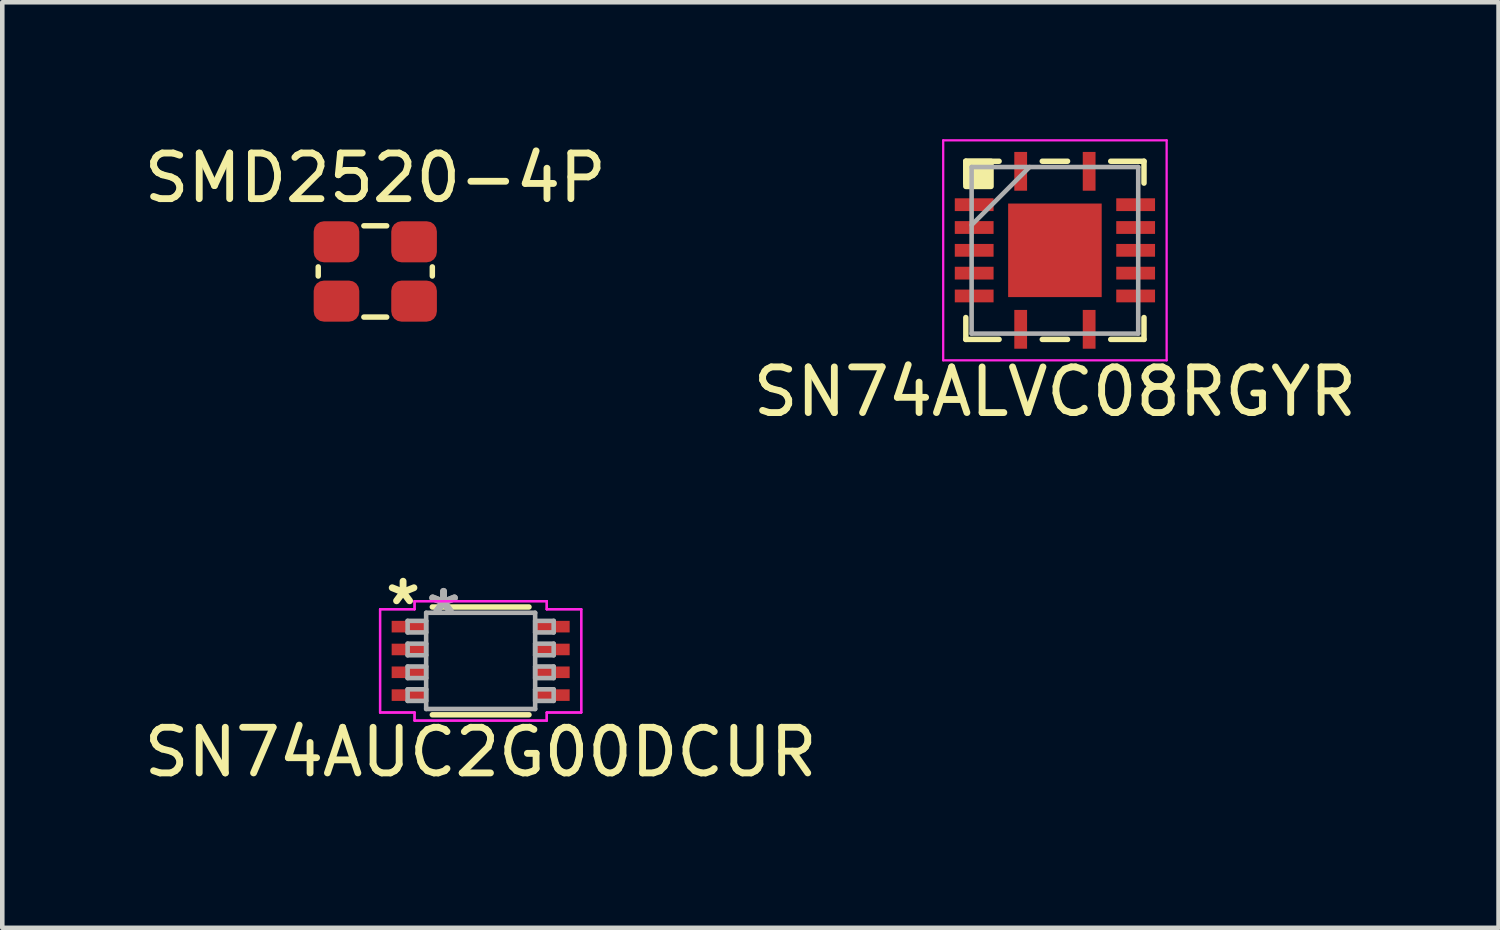
<source format=kicad_pcb>
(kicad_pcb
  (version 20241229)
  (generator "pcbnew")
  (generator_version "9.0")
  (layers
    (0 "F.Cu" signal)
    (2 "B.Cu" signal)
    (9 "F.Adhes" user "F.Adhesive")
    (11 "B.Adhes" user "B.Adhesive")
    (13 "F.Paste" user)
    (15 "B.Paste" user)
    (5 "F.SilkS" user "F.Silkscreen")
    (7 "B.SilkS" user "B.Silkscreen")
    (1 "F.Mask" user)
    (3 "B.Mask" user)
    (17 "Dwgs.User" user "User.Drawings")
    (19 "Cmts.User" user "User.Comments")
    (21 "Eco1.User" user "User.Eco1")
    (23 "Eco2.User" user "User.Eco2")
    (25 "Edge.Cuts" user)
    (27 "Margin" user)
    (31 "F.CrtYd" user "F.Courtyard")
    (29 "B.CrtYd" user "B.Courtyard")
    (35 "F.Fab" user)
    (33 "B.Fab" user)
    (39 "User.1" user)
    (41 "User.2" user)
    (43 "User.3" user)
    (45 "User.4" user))
  (footprint "SMD2520-4P"
    (layer "F.Cu")
    (at 5.173 2.898)
    (property "Reference" "SMD2520-4P" (at 0 -2.05 0) (unlocked yes) (layer "F.SilkS") (effects (font (size 1 1) (thickness 0.15))))
    (attr smd)
    (fp_line (start -1.25 -0.1) (end -1.25 0.1) (stroke (width 0.12) (type solid)) (layer "F.SilkS"))
    (fp_line (start -0.25 -1) (end 0.25 -1) (stroke (width 0.12) (type solid)) (layer "F.SilkS"))
    (fp_line (start -0.25 1) (end 0.25 1) (stroke (width 0.12) (type solid)) (layer "F.SilkS"))
    (fp_line (start 1.25 -0.1) (end 1.25 0.1) (stroke (width 0.12) (type solid)) (layer "F.SilkS"))
    (pad "1" smd roundrect (at -0.85 0.65 90) (size 0.9 1) (layers "F.Cu" "F.Mask" "F.Paste") (roundrect_rratio 0.25))
    (pad "2" smd roundrect (at 0.85 0.65 90) (size 0.9 1) (layers "F.Cu" "F.Mask" "F.Paste") (roundrect_rratio 0.25))
    (pad "3" smd roundrect (at 0.85 -0.65 90) (size 0.9 1) (layers "F.Cu" "F.Mask" "F.Paste") (roundrect_rratio 0.25))
    (pad "4" smd roundrect (at -0.85 -0.65 90) (size 0.9 1) (layers "F.Cu" "F.Mask" "F.Paste") (roundrect_rratio 0.25)))
  (footprint "SN74AUC2G00DCUR"
    (layer "F.Cu")
    (at 7.482 11.431)
    (property "Reference" "SN74AUC2G00DCUR" (at 0 2 0) (layer "F.SilkS") (effects (font (size 1 1) (thickness 0.15))))
    (attr through_hole)
    (fp_line (start -1.059 1.181) (end 1.059 1.181) (stroke (width 0.12) (type solid)) (layer "F.SilkS"))
    (fp_line (start 1.059 -1.181) (end -1.059 -1.181) (stroke (width 0.12) (type solid)) (layer "F.SilkS"))
    (fp_line (start -2.204 -1.131) (end -1.448 -1.131) (stroke (width 0.05) (type solid)) (layer "F.CrtYd"))
    (fp_line (start -2.204 -1.131) (end -1.448 -1.131) (stroke (width 0.05) (type solid)) (layer "F.CrtYd"))
    (fp_line (start -2.204 1.131) (end -2.204 -1.131) (stroke (width 0.05) (type solid)) (layer "F.CrtYd"))
    (fp_line (start -2.204 1.131) (end -2.204 -1.131) (stroke (width 0.05) (type solid)) (layer "F.CrtYd"))
    (fp_line (start -2.204 1.131) (end -1.448 1.131) (stroke (width 0.05) (type solid)) (layer "F.CrtYd"))
    (fp_line (start -1.448 -1.308) (end 1.448 -1.308) (stroke (width 0.05) (type solid)) (layer "F.CrtYd"))
    (fp_line (start -1.448 -1.308) (end 1.448 -1.308) (stroke (width 0.05) (type solid)) (layer "F.CrtYd"))
    (fp_line (start -1.448 -1.131) (end -1.448 -1.308) (stroke (width 0.05) (type solid)) (layer "F.CrtYd"))
    (fp_line (start -1.448 -1.131) (end -1.448 -1.308) (stroke (width 0.05) (type solid)) (layer "F.CrtYd"))
    (fp_line (start -1.448 1.131) (end -2.204 1.131) (stroke (width 0.05) (type solid)) (layer "F.CrtYd"))
    (fp_line (start -1.448 1.308) (end -1.448 1.131) (stroke (width 0.05) (type solid)) (layer "F.CrtYd"))
    (fp_line (start -1.448 1.308) (end -1.448 1.131) (stroke (width 0.05) (type solid)) (layer "F.CrtYd"))
    (fp_line (start 1.448 -1.308) (end 1.448 -1.131) (stroke (width 0.05) (type solid)) (layer "F.CrtYd"))
    (fp_line (start 1.448 -1.308) (end 1.448 -1.131) (stroke (width 0.05) (type solid)) (layer "F.CrtYd"))
    (fp_line (start 1.448 -1.131) (end 2.204 -1.131) (stroke (width 0.05) (type solid)) (layer "F.CrtYd"))
    (fp_line (start 1.448 1.131) (end 1.448 1.308) (stroke (width 0.05) (type solid)) (layer "F.CrtYd"))
    (fp_line (start 1.448 1.131) (end 1.448 1.308) (stroke (width 0.05) (type solid)) (layer "F.CrtYd"))
    (fp_line (start 1.448 1.308) (end -1.448 1.308) (stroke (width 0.05) (type solid)) (layer "F.CrtYd"))
    (fp_line (start 1.448 1.308) (end -1.448 1.308) (stroke (width 0.05) (type solid)) (layer "F.CrtYd"))
    (fp_line (start 2.204 -1.131) (end 1.448 -1.131) (stroke (width 0.05) (type solid)) (layer "F.CrtYd"))
    (fp_line (start 2.204 -1.131) (end 2.204 1.131) (stroke (width 0.05) (type solid)) (layer "F.CrtYd"))
    (fp_line (start 2.204 -1.131) (end 2.204 1.131) (stroke (width 0.05) (type solid)) (layer "F.CrtYd"))
    (fp_line (start 2.204 1.131) (end 1.448 1.131) (stroke (width 0.05) (type solid)) (layer "F.CrtYd"))
    (fp_line (start 2.204 1.131) (end 1.448 1.131) (stroke (width 0.05) (type solid)) (layer "F.CrtYd"))
    (fp_line (start -1.6 -0.877) (end -1.6 -0.623) (stroke (width 0.1) (type solid)) (layer "F.Fab"))
    (fp_line (start -1.6 -0.623) (end -1.194 -0.623) (stroke (width 0.1) (type solid)) (layer "F.Fab"))
    (fp_line (start -1.6 -0.377) (end -1.6 -0.123) (stroke (width 0.1) (type solid)) (layer "F.Fab"))
    (fp_line (start -1.6 -0.123) (end -1.194 -0.123) (stroke (width 0.1) (type solid)) (layer "F.Fab"))
    (fp_line (start -1.6 0.123) (end -1.6 0.377) (stroke (width 0.1) (type solid)) (layer "F.Fab"))
    (fp_line (start -1.6 0.377) (end -1.194 0.377) (stroke (width 0.1) (type solid)) (layer "F.Fab"))
    (fp_line (start -1.6 0.623) (end -1.6 0.877) (stroke (width 0.1) (type solid)) (layer "F.Fab"))
    (fp_line (start -1.6 0.877) (end -1.194 0.877) (stroke (width 0.1) (type solid)) (layer "F.Fab"))
    (fp_line (start -1.194 -1.054) (end -1.194 1.054) (stroke (width 0.1) (type solid)) (layer "F.Fab"))
    (fp_line (start -1.194 -0.877) (end -1.6 -0.877) (stroke (width 0.1) (type solid)) (layer "F.Fab"))
    (fp_line (start -1.194 -0.623) (end -1.194 -0.877) (stroke (width 0.1) (type solid)) (layer "F.Fab"))
    (fp_line (start -1.194 -0.377) (end -1.6 -0.377) (stroke (width 0.1) (type solid)) (layer "F.Fab"))
    (fp_line (start -1.194 -0.123) (end -1.194 -0.377) (stroke (width 0.1) (type solid)) (layer "F.Fab"))
    (fp_line (start -1.194 0.123) (end -1.6 0.123) (stroke (width 0.1) (type solid)) (layer "F.Fab"))
    (fp_line (start -1.194 0.377) (end -1.194 0.123) (stroke (width 0.1) (type solid)) (layer "F.Fab"))
    (fp_line (start -1.194 0.623) (end -1.6 0.623) (stroke (width 0.1) (type solid)) (layer "F.Fab"))
    (fp_line (start -1.194 0.877) (end -1.194 0.623) (stroke (width 0.1) (type solid)) (layer "F.Fab"))
    (fp_line (start -1.194 1.054) (end 1.194 1.054) (stroke (width 0.1) (type solid)) (layer "F.Fab"))
    (fp_line (start 1.194 -1.054) (end -1.194 -1.054) (stroke (width 0.1) (type solid)) (layer "F.Fab"))
    (fp_line (start 1.194 -0.877) (end 1.194 -0.623) (stroke (width 0.1) (type solid)) (layer "F.Fab"))
    (fp_line (start 1.194 -0.623) (end 1.6 -0.623) (stroke (width 0.1) (type solid)) (layer "F.Fab"))
    (fp_line (start 1.194 -0.377) (end 1.194 -0.123) (stroke (width 0.1) (type solid)) (layer "F.Fab"))
    (fp_line (start 1.194 -0.123) (end 1.6 -0.123) (stroke (width 0.1) (type solid)) (layer "F.Fab"))
    (fp_line (start 1.194 0.123) (end 1.194 0.377) (stroke (width 0.1) (type solid)) (layer "F.Fab"))
    (fp_line (start 1.194 0.377) (end 1.6 0.377) (stroke (width 0.1) (type solid)) (layer "F.Fab"))
    (fp_line (start 1.194 0.623) (end 1.194 0.877) (stroke (width 0.1) (type solid)) (layer "F.Fab"))
    (fp_line (start 1.194 0.877) (end 1.6 0.877) (stroke (width 0.1) (type solid)) (layer "F.Fab"))
    (fp_line (start 1.194 1.054) (end 1.194 -1.054) (stroke (width 0.1) (type solid)) (layer "F.Fab"))
    (fp_line (start 1.6 -0.877) (end 1.194 -0.877) (stroke (width 0.1) (type solid)) (layer "F.Fab"))
    (fp_line (start 1.6 -0.623) (end 1.6 -0.877) (stroke (width 0.1) (type solid)) (layer "F.Fab"))
    (fp_line (start 1.6 -0.377) (end 1.194 -0.377) (stroke (width 0.1) (type solid)) (layer "F.Fab"))
    (fp_line (start 1.6 -0.123) (end 1.6 -0.377) (stroke (width 0.1) (type solid)) (layer "F.Fab"))
    (fp_line (start 1.6 0.123) (end 1.194 0.123) (stroke (width 0.1) (type solid)) (layer "F.Fab"))
    (fp_line (start 1.6 0.377) (end 1.6 0.123) (stroke (width 0.1) (type solid)) (layer "F.Fab"))
    (fp_line (start 1.6 0.623) (end 1.194 0.623) (stroke (width 0.1) (type solid)) (layer "F.Fab"))
    (fp_line (start 1.6 0.877) (end 1.6 0.623) (stroke (width 0.1) (type solid)) (layer "F.Fab"))
    (fp_text user "*" (at -1.7 -1.2 0) (layer "F.SilkS") (effects (font (size 1 1) (thickness 0.15))))
    (fp_text user "*" (at -0.813 -0.978 0) (layer "F.Fab") (effects (font (size 1 1) (thickness 0.15))))
    (fp_text user "*" (at -0.813 -0.978 0) (layer "F.Fab") (effects (font (size 1 1) (thickness 0.15))))
    (pad "1" smd rect (at -1.572 -0.75) (size 0.756 0.254) (layers "F.Cu" "F.Mask" "F.Paste"))
    (pad "2" smd rect (at -1.572 -0.25) (size 0.756 0.254) (layers "F.Cu" "F.Mask" "F.Paste"))
    (pad "3" smd rect (at -1.572 0.25) (size 0.756 0.254) (layers "F.Cu" "F.Mask" "F.Paste"))
    (pad "4" smd rect (at -1.572 0.75) (size 0.756 0.254) (layers "F.Cu" "F.Mask" "F.Paste"))
    (pad "5" smd rect (at 1.572 0.75) (size 0.756 0.254) (layers "F.Cu" "F.Mask" "F.Paste"))
    (pad "6" smd rect (at 1.572 0.25) (size 0.756 0.254) (layers "F.Cu" "F.Mask" "F.Paste"))
    (pad "7" smd rect (at 1.572 -0.25) (size 0.756 0.254) (layers "F.Cu" "F.Mask" "F.Paste"))
    (pad "8" smd rect (at 1.572 -0.75) (size 0.756 0.254) (layers "F.Cu" "F.Mask" "F.Paste")))
  (footprint "SN74ALVC08RGYR"
    (layer "F.Cu")
    (at 20.065 2.435)
    (property "Reference" "SN74ALVC08RGYR" (at 0 3.1 0) (layer "F.SilkS") (effects (font (size 1 1) (thickness 0.15))))
    (attr through_hole)
    (fp_poly (pts (xy -2.194 -1.14) (xy -2.194 -0.86) (xy -1.344 -0.86) (xy -1.344 -1.14)) (stroke (width 0) (type solid)) (fill yes) (layer "F.Mask"))
    (fp_poly (pts (xy -2.194 -0.64) (xy -2.194 -0.36) (xy -1.344 -0.36) (xy -1.344 -0.64)) (stroke (width 0) (type solid)) (fill yes) (layer "F.Mask"))
    (fp_poly (pts (xy -2.194 -0.14) (xy -2.194 0.14) (xy -1.344 0.14) (xy -1.344 -0.14)) (stroke (width 0) (type solid)) (fill yes) (layer "F.Mask"))
    (fp_poly (pts (xy -2.194 0.36) (xy -2.194 0.64) (xy -1.344 0.64) (xy -1.344 0.36)) (stroke (width 0) (type solid)) (fill yes) (layer "F.Mask"))
    (fp_poly (pts (xy -2.194 0.86) (xy -2.194 1.14) (xy -1.344 1.14) (xy -1.344 0.86)) (stroke (width 0) (type solid)) (fill yes) (layer "F.Mask"))
    (fp_poly (pts (xy -1.026 -1.03) (xy 1.03 -1.03) (xy 1.028 1.028) (xy -1.026 1.028)) (stroke (width 0) (type solid)) (fill yes) (layer "F.Mask"))
    (fp_poly (pts (xy -0.89 2.156) (xy -0.61 2.156) (xy -0.61 1.306) (xy -0.89 1.306)) (stroke (width 0) (type solid)) (fill yes) (layer "F.Mask"))
    (fp_poly (pts (xy -0.61 -2.156) (xy -0.89 -2.156) (xy -0.89 -1.306) (xy -0.61 -1.306)) (stroke (width 0) (type solid)) (fill yes) (layer "F.Mask"))
    (fp_poly (pts (xy 0.61 2.156) (xy 0.89 2.156) (xy 0.89 1.306) (xy 0.61 1.306)) (stroke (width 0) (type solid)) (fill yes) (layer "F.Mask"))
    (fp_poly (pts (xy 0.89 -2.156) (xy 0.61 -2.156) (xy 0.61 -1.306) (xy 0.89 -1.306)) (stroke (width 0) (type solid)) (fill yes) (layer "F.Mask"))
    (fp_poly (pts (xy 1.344 -1.14) (xy 1.344 -0.86) (xy 2.194 -0.86) (xy 2.194 -1.14)) (stroke (width 0) (type solid)) (fill yes) (layer "F.Mask"))
    (fp_poly (pts (xy 1.344 -0.64) (xy 1.344 -0.36) (xy 2.194 -0.36) (xy 2.194 -0.64)) (stroke (width 0) (type solid)) (fill yes) (layer "F.Mask"))
    (fp_poly (pts (xy 1.344 -0.14) (xy 1.344 0.14) (xy 2.194 0.14) (xy 2.194 -0.14)) (stroke (width 0) (type solid)) (fill yes) (layer "F.Mask"))
    (fp_poly (pts (xy 1.344 0.36) (xy 1.344 0.64) (xy 2.194 0.64) (xy 2.194 0.36)) (stroke (width 0) (type solid)) (fill yes) (layer "F.Mask"))
    (fp_poly (pts (xy 1.344 0.86) (xy 1.344 1.14) (xy 2.194 1.14) (xy 2.194 0.86)) (stroke (width 0) (type solid)) (fill yes) (layer "F.Mask"))
    (fp_line (start -1.952 -1.952) (end -1.952 -1.473) (stroke (width 0.12) (type solid)) (layer "F.SilkS"))
    (fp_line (start -1.952 1.473) (end -1.952 1.952) (stroke (width 0.12) (type solid)) (layer "F.SilkS"))
    (fp_line (start -1.952 1.952) (end -1.223 1.952) (stroke (width 0.12) (type solid)) (layer "F.SilkS"))
    (fp_line (start -1.223 -1.952) (end -1.952 -1.952) (stroke (width 0.12) (type solid)) (layer "F.SilkS"))
    (fp_line (start -0.277 1.952) (end 0.277 1.952) (stroke (width 0.12) (type solid)) (layer "F.SilkS"))
    (fp_line (start 0.277 -1.952) (end -0.277 -1.952) (stroke (width 0.12) (type solid)) (layer "F.SilkS"))
    (fp_line (start 1.223 1.952) (end 1.952 1.952) (stroke (width 0.12) (type solid)) (layer "F.SilkS"))
    (fp_line (start 1.952 -1.952) (end 1.223 -1.952) (stroke (width 0.12) (type solid)) (layer "F.SilkS"))
    (fp_line (start 1.952 -1.473) (end 1.952 -1.952) (stroke (width 0.12) (type solid)) (layer "F.SilkS"))
    (fp_line (start 1.952 1.952) (end 1.952 1.473) (stroke (width 0.12) (type solid)) (layer "F.SilkS"))
    (fp_rect (start -1.952 -1.952) (end -1.4 -1.4) (stroke (width 0.12) (type solid)) (fill yes) (layer "F.SilkS"))
    (fp_poly (pts (xy -2.143 -1.089) (xy -2.143 -0.911) (xy -1.395 -0.911) (xy -1.395 -1.089)) (stroke (width 0.1) (type solid)) (fill yes) (layer "F.Paste"))
    (fp_poly (pts (xy -2.143 -0.589) (xy -2.143 -0.411) (xy -1.395 -0.411) (xy -1.395 -0.589)) (stroke (width 0.1) (type solid)) (fill yes) (layer "F.Paste"))
    (fp_poly (pts (xy -2.143 -0.089) (xy -2.143 0.089) (xy -1.395 0.089) (xy -1.395 -0.089)) (stroke (width 0.1) (type solid)) (fill yes) (layer "F.Paste"))
    (fp_poly (pts (xy -2.143 0.411) (xy -2.143 0.589) (xy -1.395 0.589) (xy -1.395 0.411)) (stroke (width 0.1) (type solid)) (fill yes) (layer "F.Paste"))
    (fp_poly (pts (xy -2.143 0.911) (xy -2.143 1.089) (xy -1.395 1.089) (xy -1.395 0.911)) (stroke (width 0.1) (type solid)) (fill yes) (layer "F.Paste"))
    (fp_poly (pts (xy -0.839 -2.105) (xy -0.839 -1.357) (xy -0.661 -1.357) (xy -0.661 -2.105)) (stroke (width 0.1) (type solid)) (fill yes) (layer "F.Paste"))
    (fp_poly (pts (xy -0.839 1.357) (xy -0.839 2.105) (xy -0.661 2.105) (xy -0.661 1.357)) (stroke (width 0.1) (type solid)) (fill yes) (layer "F.Paste"))
    (fp_poly (pts (xy 0.661 -2.105) (xy 0.661 -1.357) (xy 0.839 -1.357) (xy 0.839 -2.105)) (stroke (width 0.1) (type solid)) (fill yes) (layer "F.Paste"))
    (fp_poly (pts (xy 0.661 1.357) (xy 0.661 2.105) (xy 0.839 2.105) (xy 0.839 1.357)) (stroke (width 0.1) (type solid)) (fill yes) (layer "F.Paste"))
    (fp_poly (pts (xy 1.395 -1.089) (xy 1.395 -0.911) (xy 2.143 -0.911) (xy 2.143 -1.089)) (stroke (width 0.1) (type solid)) (fill yes) (layer "F.Paste"))
    (fp_poly (pts (xy 1.395 -0.589) (xy 1.395 -0.411) (xy 2.143 -0.411) (xy 2.143 -0.589)) (stroke (width 0.1) (type solid)) (fill yes) (layer "F.Paste"))
    (fp_poly (pts (xy 1.395 -0.089) (xy 1.395 0.089) (xy 2.143 0.089) (xy 2.143 -0.089)) (stroke (width 0.1) (type solid)) (fill yes) (layer "F.Paste"))
    (fp_poly (pts (xy 1.395 0.411) (xy 1.395 0.589) (xy 2.143 0.589) (xy 2.143 0.411)) (stroke (width 0.1) (type solid)) (fill yes) (layer "F.Paste"))
    (fp_poly (pts (xy 1.395 0.911) (xy 1.395 1.089) (xy 2.143 1.089) (xy 2.143 0.911)) (stroke (width 0.1) (type solid)) (fill yes) (layer "F.Paste"))
    (fp_poly (pts (xy -0.95 -0.95) (xy -0.95 -0.494) (xy -0.635 -0.494) (xy -0.494 -0.635) (xy -0.494 -0.95)) (stroke (width 0.1) (type solid)) (fill yes) (layer "F.Paste"))
    (fp_poly (pts (xy -0.95 0.494) (xy -0.95 0.95) (xy -0.494 0.95) (xy -0.494 0.635) (xy -0.635 0.494)) (stroke (width 0.1) (type solid)) (fill yes) (layer "F.Paste"))
    (fp_poly (pts (xy 0.494 -0.95) (xy 0.494 -0.635) (xy 0.635 -0.494) (xy 0.95 -0.494) (xy 0.95 -0.95)) (stroke (width 0.1) (type solid)) (fill yes) (layer "F.Paste"))
    (fp_poly (pts (xy 0.635 0.494) (xy 0.494 0.635) (xy 0.494 0.95) (xy 0.95 0.95) (xy 0.95 0.494)) (stroke (width 0.1) (type solid)) (fill yes) (layer "F.Paste"))
    (fp_poly (pts (xy -0.95 -0.294) (xy -0.95 0.294) (xy -0.635 0.294) (xy -0.494 0.152) (xy -0.494 -0.152) (xy -0.635 -0.294)) (stroke (width 0.1) (type solid)) (fill yes) (layer "F.Paste"))
    (fp_poly (pts (xy -0.294 -0.95) (xy -0.294 -0.635) (xy -0.152 -0.494) (xy 0.152 -0.494) (xy 0.294 -0.635) (xy 0.294 -0.95)) (stroke (width 0.1) (type solid)) (fill yes) (layer "F.Paste"))
    (fp_poly (pts (xy -0.152 0.494) (xy -0.294 0.635) (xy -0.294 0.95) (xy 0.294 0.95) (xy 0.294 0.635) (xy 0.152 0.494)) (stroke (width 0.1) (type solid)) (fill yes) (layer "F.Paste"))
    (fp_poly (pts (xy 0.635 -0.294) (xy 0.494 -0.152) (xy 0.494 0.152) (xy 0.635 0.294) (xy 0.95 0.294) (xy 0.95 -0.294)) (stroke (width 0.1) (type solid)) (fill yes) (layer "F.Paste"))
    (fp_poly (pts (xy -0.152 -0.294) (xy -0.294 -0.152) (xy -0.294 0.152) (xy -0.152 0.294) (xy 0.152 0.294) (xy 0.294 0.152) (xy 0.294 -0.152) (xy 0.152 -0.294)) (stroke (width 0.1) (type solid)) (fill yes) (layer "F.Paste"))
    (fp_line (start -2.448 -2.41) (end 2.448 -2.41) (stroke (width 0.05) (type solid)) (layer "F.CrtYd"))
    (fp_line (start -2.448 2.41) (end -2.448 -2.41) (stroke (width 0.05) (type solid)) (layer "F.CrtYd"))
    (fp_line (start 2.448 -2.41) (end 2.448 2.41) (stroke (width 0.05) (type solid)) (layer "F.CrtYd"))
    (fp_line (start 2.448 2.41) (end -2.448 2.41) (stroke (width 0.05) (type solid)) (layer "F.CrtYd"))
    (fp_line (start -1.825 -1.825) (end -1.825 1.825) (stroke (width 0.1) (type solid)) (layer "F.Fab"))
    (fp_line (start -1.825 -0.555) (end -0.555 -1.825) (stroke (width 0.1) (type solid)) (layer "F.Fab"))
    (fp_line (start -1.825 1.825) (end 1.825 1.825) (stroke (width 0.1) (type solid)) (layer "F.Fab"))
    (fp_line (start 1.825 -1.825) (end -1.825 -1.825) (stroke (width 0.1) (type solid)) (layer "F.Fab"))
    (fp_line (start 1.825 1.825) (end 1.825 -1.825) (stroke (width 0.1) (type solid)) (layer "F.Fab"))
    (pad "1" smd rect (at -0.75 -1.731) (size 0.28 0.85) (layers "F.Cu" "F.Mask"))
    (pad "2" smd rect (at -1.769 -1 90) (size 0.28 0.85) (layers "F.Cu" "F.Mask"))
    (pad "3" smd rect (at -1.769 -0.5 90) (size 0.28 0.85) (layers "F.Cu" "F.Mask"))
    (pad "4" smd rect (at -1.769 0 90) (size 0.28 0.85) (layers "F.Cu" "F.Mask"))
    (pad "5" smd rect (at -1.769 0.5 90) (size 0.28 0.85) (layers "F.Cu" "F.Mask"))
    (pad "6" smd rect (at -1.769 1 90) (size 0.28 0.85) (layers "F.Cu" "F.Mask"))
    (pad "7" smd rect (at -0.75 1.731) (size 0.28 0.85) (layers "F.Cu" "F.Mask"))
    (pad "8" smd rect (at 0.75 1.731) (size 0.28 0.85) (layers "F.Cu" "F.Mask"))
    (pad "9" smd rect (at 1.769 1 90) (size 0.28 0.85) (layers "F.Cu" "F.Mask"))
    (pad "10" smd rect (at 1.769 0.5 90) (size 0.28 0.85) (layers "F.Cu" "F.Mask"))
    (pad "11" smd rect (at 1.769 0 90) (size 0.28 0.85) (layers "F.Cu" "F.Mask"))
    (pad "12" smd rect (at 1.769 -0.5 90) (size 0.28 0.85) (layers "F.Cu" "F.Mask"))
    (pad "13" smd rect (at 1.769 -1 90) (size 0.28 0.85) (layers "F.Cu" "F.Mask"))
    (pad "14" smd rect (at 0.75 -1.731) (size 0.28 0.85) (layers "F.Cu" "F.Mask"))
    (pad "15" smd rect (at 0 0) (size 2.05 2.05) (layers "F.Cu")))
  (gr_rect
    (start -3 -3)
    (end 29.786 17.28)
    (stroke (width 0.1) (type default))
    (fill no)
    (layer "Edge.Cuts")))
</source>
